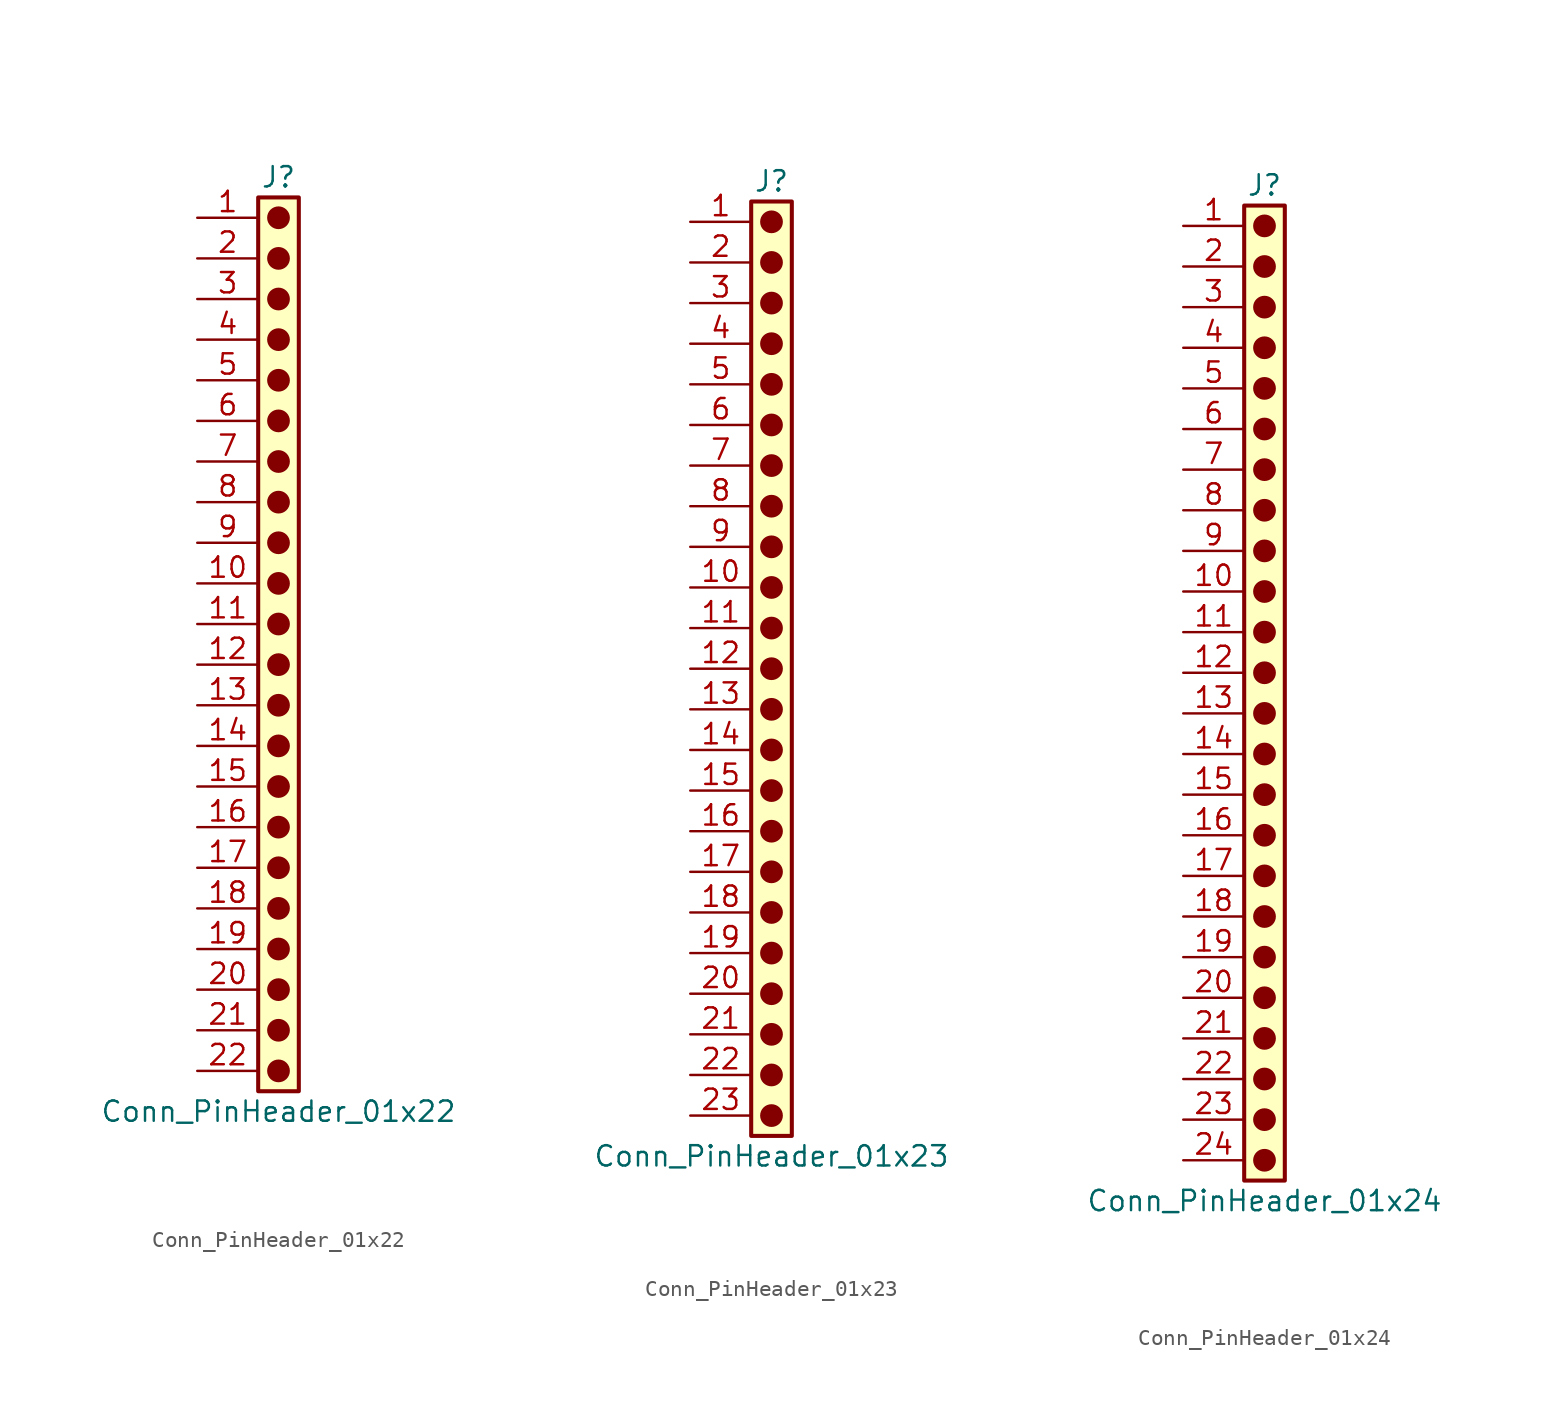
<source format=kicad_sym>
(kicad_symbol_lib
  (version 20241209)
  (generator "kicad_symbol_editor")
  (generator_version "9.0")
  (symbol "Conn_PinHeader_01x22"
    (pin_names
      (offset 1.016)
      (hide yes))
    (property "Reference" "J"
      (at 0 27.94 0)
      (effects (font (size 1.27 1.27))))
    (property "Value" "Conn_PinHeader_01x22"
      (at 0 -30.48 0)
      (effects (font (size 1.27 1.27))))
    (symbol "Conn_PinHeader_01x22_1_1"
      (rectangle (start -1.27 26.67) (end 1.27 -29.21) (stroke (width 0.254) (type default)) (fill (type background)))
      (circle (center 0 25.4) (radius 0.635) (stroke (width 0) (type solid) (color 132 0 0 1)) (fill (type outline)))
      (circle (center 0 22.86) (radius 0.635) (stroke (width 0) (type solid) (color 132 0 0 1)) (fill (type outline)))
      (circle (center 0 20.32) (radius 0.635) (stroke (width 0) (type solid) (color 132 0 0 1)) (fill (type outline)))
      (circle (center 0 17.78) (radius 0.635) (stroke (width 0) (type solid) (color 132 0 0 1)) (fill (type outline)))
      (circle (center 0 15.24) (radius 0.635) (stroke (width 0) (type solid) (color 132 0 0 1)) (fill (type outline)))
      (circle (center 0 12.7) (radius 0.635) (stroke (width 0) (type solid) (color 132 0 0 1)) (fill (type outline)))
      (circle (center 0 10.16) (radius 0.635) (stroke (width 0) (type solid) (color 132 0 0 1)) (fill (type outline)))
      (circle (center 0 7.62) (radius 0.635) (stroke (width 0) (type solid) (color 132 0 0 1)) (fill (type outline)))
      (circle (center 0 5.08) (radius 0.635) (stroke (width 0) (type solid) (color 132 0 0 1)) (fill (type outline)))
      (circle (center 0 2.54) (radius 0.635) (stroke (width 0) (type solid) (color 132 0 0 1)) (fill (type outline)))
      (circle (center 0 0) (radius 0.635) (stroke (width 0) (type solid) (color 132 0 0 1)) (fill (type outline)))
      (circle (center 0 -2.54) (radius 0.635) (stroke (width 0) (type solid) (color 132 0 0 1)) (fill (type outline)))
      (circle (center 0 -5.08) (radius 0.635) (stroke (width 0) (type solid) (color 132 0 0 1)) (fill (type outline)))
      (circle (center 0 -7.62) (radius 0.635) (stroke (width 0) (type solid) (color 132 0 0 1)) (fill (type outline)))
      (circle (center 0 -10.16) (radius 0.635) (stroke (width 0) (type solid) (color 132 0 0 1)) (fill (type outline)))
      (circle (center 0 -12.7) (radius 0.635) (stroke (width 0) (type solid) (color 132 0 0 1)) (fill (type outline)))
      (circle (center 0 -15.24) (radius 0.635) (stroke (width 0) (type solid) (color 132 0 0 1)) (fill (type outline)))
      (circle (center 0 -17.78) (radius 0.635) (stroke (width 0) (type solid) (color 132 0 0 1)) (fill (type outline)))
      (circle (center 0 -20.32) (radius 0.635) (stroke (width 0) (type solid) (color 132 0 0 1)) (fill (type outline)))
      (circle (center 0 -22.86) (radius 0.635) (stroke (width 0) (type solid) (color 132 0 0 1)) (fill (type outline)))
      (circle (center 0 -25.4) (radius 0.635) (stroke (width 0) (type solid) (color 132 0 0 1)) (fill (type outline)))
      (circle (center 0 -27.94) (radius 0.635) (stroke (width 0) (type solid) (color 132 0 0 1)) (fill (type outline)))
      (pin passive line (at -5.08 25.4 0) (length 3.81) (name "Pin_1" (effects (font (size 1.27 1.27)))) (number "1" (effects (font (size 1.27 1.27)))))
      (pin passive line (at -5.08 22.86 0) (length 3.81) (name "Pin_2" (effects (font (size 1.27 1.27)))) (number "2" (effects (font (size 1.27 1.27)))))
      (pin passive line (at -5.08 20.32 0) (length 3.81) (name "Pin_3" (effects (font (size 1.27 1.27)))) (number "3" (effects (font (size 1.27 1.27)))))
      (pin passive line (at -5.08 17.78 0) (length 3.81) (name "Pin_4" (effects (font (size 1.27 1.27)))) (number "4" (effects (font (size 1.27 1.27)))))
      (pin passive line (at -5.08 15.24 0) (length 3.81) (name "Pin_5" (effects (font (size 1.27 1.27)))) (number "5" (effects (font (size 1.27 1.27)))))
      (pin passive line (at -5.08 12.7 0) (length 3.81) (name "Pin_6" (effects (font (size 1.27 1.27)))) (number "6" (effects (font (size 1.27 1.27)))))
      (pin passive line (at -5.08 10.16 0) (length 3.81) (name "Pin_7" (effects (font (size 1.27 1.27)))) (number "7" (effects (font (size 1.27 1.27)))))
      (pin passive line (at -5.08 7.62 0) (length 3.81) (name "Pin_8" (effects (font (size 1.27 1.27)))) (number "8" (effects (font (size 1.27 1.27)))))
      (pin passive line (at -5.08 5.08 0) (length 3.81) (name "Pin_9" (effects (font (size 1.27 1.27)))) (number "9" (effects (font (size 1.27 1.27)))))
      (pin passive line (at -5.08 2.54 0) (length 3.81) (name "Pin_10" (effects (font (size 1.27 1.27)))) (number "10" (effects (font (size 1.27 1.27)))))
      (pin passive line (at -5.08 0 0) (length 3.81) (name "Pin_11" (effects (font (size 1.27 1.27)))) (number "11" (effects (font (size 1.27 1.27)))))
      (pin passive line (at -5.08 -2.54 0) (length 3.81) (name "Pin_12" (effects (font (size 1.27 1.27)))) (number "12" (effects (font (size 1.27 1.27)))))
      (pin passive line (at -5.08 -5.08 0) (length 3.81) (name "Pin_13" (effects (font (size 1.27 1.27)))) (number "13" (effects (font (size 1.27 1.27)))))
      (pin passive line (at -5.08 -7.62 0) (length 3.81) (name "Pin_14" (effects (font (size 1.27 1.27)))) (number "14" (effects (font (size 1.27 1.27)))))
      (pin passive line (at -5.08 -10.16 0) (length 3.81) (name "Pin_15" (effects (font (size 1.27 1.27)))) (number "15" (effects (font (size 1.27 1.27)))))
      (pin passive line (at -5.08 -12.7 0) (length 3.81) (name "Pin_16" (effects (font (size 1.27 1.27)))) (number "16" (effects (font (size 1.27 1.27)))))
      (pin passive line (at -5.08 -15.24 0) (length 3.81) (name "Pin_17" (effects (font (size 1.27 1.27)))) (number "17" (effects (font (size 1.27 1.27)))))
      (pin passive line (at -5.08 -17.78 0) (length 3.81) (name "Pin_18" (effects (font (size 1.27 1.27)))) (number "18" (effects (font (size 1.27 1.27)))))
      (pin passive line (at -5.08 -20.32 0) (length 3.81) (name "Pin_19" (effects (font (size 1.27 1.27)))) (number "19" (effects (font (size 1.27 1.27)))))
      (pin passive line (at -5.08 -22.86 0) (length 3.81) (name "Pin_20" (effects (font (size 1.27 1.27)))) (number "20" (effects (font (size 1.27 1.27)))))
      (pin passive line (at -5.08 -25.4 0) (length 3.81) (name "Pin_21" (effects (font (size 1.27 1.27)))) (number "21" (effects (font (size 1.27 1.27)))))
      (pin passive line (at -5.08 -27.94 0) (length 3.81) (name "Pin_22" (effects (font (size 1.27 1.27)))) (number "22" (effects (font (size 1.27 1.27)))))))
  (symbol "Conn_PinHeader_01x23"
    (pin_names
      (offset 1.016)
      (hide yes))
    (property "Reference" "J"
      (at 0 30.48 0)
      (effects (font (size 1.27 1.27))))
    (property "Value" "Conn_PinHeader_01x23"
      (at 0 -30.48 0)
      (effects (font (size 1.27 1.27))))
    (symbol "Conn_PinHeader_01x23_1_1"
      (rectangle (start -1.27 29.21) (end 1.27 -29.21) (stroke (width 0.254) (type default)) (fill (type background)))
      (circle (center 0 27.94) (radius 0.635) (stroke (width 0) (type solid) (color 132 0 0 1)) (fill (type outline)))
      (circle (center 0 25.4) (radius 0.635) (stroke (width 0) (type solid) (color 132 0 0 1)) (fill (type outline)))
      (circle (center 0 22.86) (radius 0.635) (stroke (width 0) (type solid) (color 132 0 0 1)) (fill (type outline)))
      (circle (center 0 20.32) (radius 0.635) (stroke (width 0) (type solid) (color 132 0 0 1)) (fill (type outline)))
      (circle (center 0 17.78) (radius 0.635) (stroke (width 0) (type solid) (color 132 0 0 1)) (fill (type outline)))
      (circle (center 0 15.24) (radius 0.635) (stroke (width 0) (type solid) (color 132 0 0 1)) (fill (type outline)))
      (circle (center 0 12.7) (radius 0.635) (stroke (width 0) (type solid) (color 132 0 0 1)) (fill (type outline)))
      (circle (center 0 10.16) (radius 0.635) (stroke (width 0) (type solid) (color 132 0 0 1)) (fill (type outline)))
      (circle (center 0 7.62) (radius 0.635) (stroke (width 0) (type solid) (color 132 0 0 1)) (fill (type outline)))
      (circle (center 0 5.08) (radius 0.635) (stroke (width 0) (type solid) (color 132 0 0 1)) (fill (type outline)))
      (circle (center 0 2.54) (radius 0.635) (stroke (width 0) (type solid) (color 132 0 0 1)) (fill (type outline)))
      (circle (center 0 0) (radius 0.635) (stroke (width 0) (type solid) (color 132 0 0 1)) (fill (type outline)))
      (circle (center 0 -2.54) (radius 0.635) (stroke (width 0) (type solid) (color 132 0 0 1)) (fill (type outline)))
      (circle (center 0 -5.08) (radius 0.635) (stroke (width 0) (type solid) (color 132 0 0 1)) (fill (type outline)))
      (circle (center 0 -7.62) (radius 0.635) (stroke (width 0) (type solid) (color 132 0 0 1)) (fill (type outline)))
      (circle (center 0 -10.16) (radius 0.635) (stroke (width 0) (type solid) (color 132 0 0 1)) (fill (type outline)))
      (circle (center 0 -12.7) (radius 0.635) (stroke (width 0) (type solid) (color 132 0 0 1)) (fill (type outline)))
      (circle (center 0 -15.24) (radius 0.635) (stroke (width 0) (type solid) (color 132 0 0 1)) (fill (type outline)))
      (circle (center 0 -17.78) (radius 0.635) (stroke (width 0) (type solid) (color 132 0 0 1)) (fill (type outline)))
      (circle (center 0 -20.32) (radius 0.635) (stroke (width 0) (type solid) (color 132 0 0 1)) (fill (type outline)))
      (circle (center 0 -22.86) (radius 0.635) (stroke (width 0) (type solid) (color 132 0 0 1)) (fill (type outline)))
      (circle (center 0 -25.4) (radius 0.635) (stroke (width 0) (type solid) (color 132 0 0 1)) (fill (type outline)))
      (circle (center 0 -27.94) (radius 0.635) (stroke (width 0) (type solid) (color 132 0 0 1)) (fill (type outline)))
      (pin passive line (at -5.08 27.94 0) (length 3.81) (name "Pin_1" (effects (font (size 1.27 1.27)))) (number "1" (effects (font (size 1.27 1.27)))))
      (pin passive line (at -5.08 25.4 0) (length 3.81) (name "Pin_2" (effects (font (size 1.27 1.27)))) (number "2" (effects (font (size 1.27 1.27)))))
      (pin passive line (at -5.08 22.86 0) (length 3.81) (name "Pin_3" (effects (font (size 1.27 1.27)))) (number "3" (effects (font (size 1.27 1.27)))))
      (pin passive line (at -5.08 20.32 0) (length 3.81) (name "Pin_4" (effects (font (size 1.27 1.27)))) (number "4" (effects (font (size 1.27 1.27)))))
      (pin passive line (at -5.08 17.78 0) (length 3.81) (name "Pin_5" (effects (font (size 1.27 1.27)))) (number "5" (effects (font (size 1.27 1.27)))))
      (pin passive line (at -5.08 15.24 0) (length 3.81) (name "Pin_6" (effects (font (size 1.27 1.27)))) (number "6" (effects (font (size 1.27 1.27)))))
      (pin passive line (at -5.08 12.7 0) (length 3.81) (name "Pin_7" (effects (font (size 1.27 1.27)))) (number "7" (effects (font (size 1.27 1.27)))))
      (pin passive line (at -5.08 10.16 0) (length 3.81) (name "Pin_8" (effects (font (size 1.27 1.27)))) (number "8" (effects (font (size 1.27 1.27)))))
      (pin passive line (at -5.08 7.62 0) (length 3.81) (name "Pin_9" (effects (font (size 1.27 1.27)))) (number "9" (effects (font (size 1.27 1.27)))))
      (pin passive line (at -5.08 5.08 0) (length 3.81) (name "Pin_10" (effects (font (size 1.27 1.27)))) (number "10" (effects (font (size 1.27 1.27)))))
      (pin passive line (at -5.08 2.54 0) (length 3.81) (name "Pin_11" (effects (font (size 1.27 1.27)))) (number "11" (effects (font (size 1.27 1.27)))))
      (pin passive line (at -5.08 0 0) (length 3.81) (name "Pin_12" (effects (font (size 1.27 1.27)))) (number "12" (effects (font (size 1.27 1.27)))))
      (pin passive line (at -5.08 -2.54 0) (length 3.81) (name "Pin_13" (effects (font (size 1.27 1.27)))) (number "13" (effects (font (size 1.27 1.27)))))
      (pin passive line (at -5.08 -5.08 0) (length 3.81) (name "Pin_14" (effects (font (size 1.27 1.27)))) (number "14" (effects (font (size 1.27 1.27)))))
      (pin passive line (at -5.08 -7.62 0) (length 3.81) (name "Pin_15" (effects (font (size 1.27 1.27)))) (number "15" (effects (font (size 1.27 1.27)))))
      (pin passive line (at -5.08 -10.16 0) (length 3.81) (name "Pin_16" (effects (font (size 1.27 1.27)))) (number "16" (effects (font (size 1.27 1.27)))))
      (pin passive line (at -5.08 -12.7 0) (length 3.81) (name "Pin_17" (effects (font (size 1.27 1.27)))) (number "17" (effects (font (size 1.27 1.27)))))
      (pin passive line (at -5.08 -15.24 0) (length 3.81) (name "Pin_18" (effects (font (size 1.27 1.27)))) (number "18" (effects (font (size 1.27 1.27)))))
      (pin passive line (at -5.08 -17.78 0) (length 3.81) (name "Pin_19" (effects (font (size 1.27 1.27)))) (number "19" (effects (font (size 1.27 1.27)))))
      (pin passive line (at -5.08 -20.32 0) (length 3.81) (name "Pin_20" (effects (font (size 1.27 1.27)))) (number "20" (effects (font (size 1.27 1.27)))))
      (pin passive line (at -5.08 -22.86 0) (length 3.81) (name "Pin_21" (effects (font (size 1.27 1.27)))) (number "21" (effects (font (size 1.27 1.27)))))
      (pin passive line (at -5.08 -25.4 0) (length 3.81) (name "Pin_22" (effects (font (size 1.27 1.27)))) (number "22" (effects (font (size 1.27 1.27)))))
      (pin passive line (at -5.08 -27.94 0) (length 3.81) (name "Pin_23" (effects (font (size 1.27 1.27)))) (number "23" (effects (font (size 1.27 1.27)))))))
  (symbol "Conn_PinHeader_01x24"
    (pin_names
      (offset 1.016)
      (hide yes))
    (property "Reference" "J"
      (at 0 30.48 0)
      (effects (font (size 1.27 1.27))))
    (property "Value" "Conn_PinHeader_01x24"
      (at 0 -33.02 0)
      (effects (font (size 1.27 1.27))))
    (symbol "Conn_PinHeader_01x24_1_1"
      (rectangle (start -1.27 29.21) (end 1.27 -31.75) (stroke (width 0.254) (type default)) (fill (type background)))
      (circle (center 0 27.94) (radius 0.635) (stroke (width 0) (type solid) (color 132 0 0 1)) (fill (type outline)))
      (circle (center 0 25.4) (radius 0.635) (stroke (width 0) (type solid) (color 132 0 0 1)) (fill (type outline)))
      (circle (center 0 22.86) (radius 0.635) (stroke (width 0) (type solid) (color 132 0 0 1)) (fill (type outline)))
      (circle (center 0 20.32) (radius 0.635) (stroke (width 0) (type solid) (color 132 0 0 1)) (fill (type outline)))
      (circle (center 0 17.78) (radius 0.635) (stroke (width 0) (type solid) (color 132 0 0 1)) (fill (type outline)))
      (circle (center 0 15.24) (radius 0.635) (stroke (width 0) (type solid) (color 132 0 0 1)) (fill (type outline)))
      (circle (center 0 12.7) (radius 0.635) (stroke (width 0) (type solid) (color 132 0 0 1)) (fill (type outline)))
      (circle (center 0 10.16) (radius 0.635) (stroke (width 0) (type solid) (color 132 0 0 1)) (fill (type outline)))
      (circle (center 0 7.62) (radius 0.635) (stroke (width 0) (type solid) (color 132 0 0 1)) (fill (type outline)))
      (circle (center 0 5.08) (radius 0.635) (stroke (width 0) (type solid) (color 132 0 0 1)) (fill (type outline)))
      (circle (center 0 2.54) (radius 0.635) (stroke (width 0) (type solid) (color 132 0 0 1)) (fill (type outline)))
      (circle (center 0 0) (radius 0.635) (stroke (width 0) (type solid) (color 132 0 0 1)) (fill (type outline)))
      (circle (center 0 -2.54) (radius 0.635) (stroke (width 0) (type solid) (color 132 0 0 1)) (fill (type outline)))
      (circle (center 0 -5.08) (radius 0.635) (stroke (width 0) (type solid) (color 132 0 0 1)) (fill (type outline)))
      (circle (center 0 -7.62) (radius 0.635) (stroke (width 0) (type solid) (color 132 0 0 1)) (fill (type outline)))
      (circle (center 0 -10.16) (radius 0.635) (stroke (width 0) (type solid) (color 132 0 0 1)) (fill (type outline)))
      (circle (center 0 -12.7) (radius 0.635) (stroke (width 0) (type solid) (color 132 0 0 1)) (fill (type outline)))
      (circle (center 0 -15.24) (radius 0.635) (stroke (width 0) (type solid) (color 132 0 0 1)) (fill (type outline)))
      (circle (center 0 -17.78) (radius 0.635) (stroke (width 0) (type solid) (color 132 0 0 1)) (fill (type outline)))
      (circle (center 0 -20.32) (radius 0.635) (stroke (width 0) (type solid) (color 132 0 0 1)) (fill (type outline)))
      (circle (center 0 -22.86) (radius 0.635) (stroke (width 0) (type solid) (color 132 0 0 1)) (fill (type outline)))
      (circle (center 0 -25.4) (radius 0.635) (stroke (width 0) (type solid) (color 132 0 0 1)) (fill (type outline)))
      (circle (center 0 -27.94) (radius 0.635) (stroke (width 0) (type solid) (color 132 0 0 1)) (fill (type outline)))
      (circle (center 0 -30.48) (radius 0.635) (stroke (width 0) (type solid) (color 132 0 0 1)) (fill (type outline)))
      (pin passive line (at -5.08 27.94 0) (length 3.81) (name "Pin_1" (effects (font (size 1.27 1.27)))) (number "1" (effects (font (size 1.27 1.27)))))
      (pin passive line (at -5.08 25.4 0) (length 3.81) (name "Pin_2" (effects (font (size 1.27 1.27)))) (number "2" (effects (font (size 1.27 1.27)))))
      (pin passive line (at -5.08 22.86 0) (length 3.81) (name "Pin_3" (effects (font (size 1.27 1.27)))) (number "3" (effects (font (size 1.27 1.27)))))
      (pin passive line (at -5.08 20.32 0) (length 3.81) (name "Pin_4" (effects (font (size 1.27 1.27)))) (number "4" (effects (font (size 1.27 1.27)))))
      (pin passive line (at -5.08 17.78 0) (length 3.81) (name "Pin_5" (effects (font (size 1.27 1.27)))) (number "5" (effects (font (size 1.27 1.27)))))
      (pin passive line (at -5.08 15.24 0) (length 3.81) (name "Pin_6" (effects (font (size 1.27 1.27)))) (number "6" (effects (font (size 1.27 1.27)))))
      (pin passive line (at -5.08 12.7 0) (length 3.81) (name "Pin_7" (effects (font (size 1.27 1.27)))) (number "7" (effects (font (size 1.27 1.27)))))
      (pin passive line (at -5.08 10.16 0) (length 3.81) (name "Pin_8" (effects (font (size 1.27 1.27)))) (number "8" (effects (font (size 1.27 1.27)))))
      (pin passive line (at -5.08 7.62 0) (length 3.81) (name "Pin_9" (effects (font (size 1.27 1.27)))) (number "9" (effects (font (size 1.27 1.27)))))
      (pin passive line (at -5.08 5.08 0) (length 3.81) (name "Pin_10" (effects (font (size 1.27 1.27)))) (number "10" (effects (font (size 1.27 1.27)))))
      (pin passive line (at -5.08 2.54 0) (length 3.81) (name "Pin_11" (effects (font (size 1.27 1.27)))) (number "11" (effects (font (size 1.27 1.27)))))
      (pin passive line (at -5.08 0 0) (length 3.81) (name "Pin_12" (effects (font (size 1.27 1.27)))) (number "12" (effects (font (size 1.27 1.27)))))
      (pin passive line (at -5.08 -2.54 0) (length 3.81) (name "Pin_13" (effects (font (size 1.27 1.27)))) (number "13" (effects (font (size 1.27 1.27)))))
      (pin passive line (at -5.08 -5.08 0) (length 3.81) (name "Pin_14" (effects (font (size 1.27 1.27)))) (number "14" (effects (font (size 1.27 1.27)))))
      (pin passive line (at -5.08 -7.62 0) (length 3.81) (name "Pin_15" (effects (font (size 1.27 1.27)))) (number "15" (effects (font (size 1.27 1.27)))))
      (pin passive line (at -5.08 -10.16 0) (length 3.81) (name "Pin_16" (effects (font (size 1.27 1.27)))) (number "16" (effects (font (size 1.27 1.27)))))
      (pin passive line (at -5.08 -12.7 0) (length 3.81) (name "Pin_17" (effects (font (size 1.27 1.27)))) (number "17" (effects (font (size 1.27 1.27)))))
      (pin passive line (at -5.08 -15.24 0) (length 3.81) (name "Pin_18" (effects (font (size 1.27 1.27)))) (number "18" (effects (font (size 1.27 1.27)))))
      (pin passive line (at -5.08 -17.78 0) (length 3.81) (name "Pin_19" (effects (font (size 1.27 1.27)))) (number "19" (effects (font (size 1.27 1.27)))))
      (pin passive line (at -5.08 -20.32 0) (length 3.81) (name "Pin_20" (effects (font (size 1.27 1.27)))) (number "20" (effects (font (size 1.27 1.27)))))
      (pin passive line (at -5.08 -22.86 0) (length 3.81) (name "Pin_21" (effects (font (size 1.27 1.27)))) (number "21" (effects (font (size 1.27 1.27)))))
      (pin passive line (at -5.08 -25.4 0) (length 3.81) (name "Pin_22" (effects (font (size 1.27 1.27)))) (number "22" (effects (font (size 1.27 1.27)))))
      (pin passive line (at -5.08 -27.94 0) (length 3.81) (name "Pin_23" (effects (font (size 1.27 1.27)))) (number "23" (effects (font (size 1.27 1.27)))))
      (pin passive line (at -5.08 -30.48 0) (length 3.81) (name "Pin_24" (effects (font (size 1.27 1.27)))) (number "24" (effects (font (size 1.27 1.27))))))))
</source>
